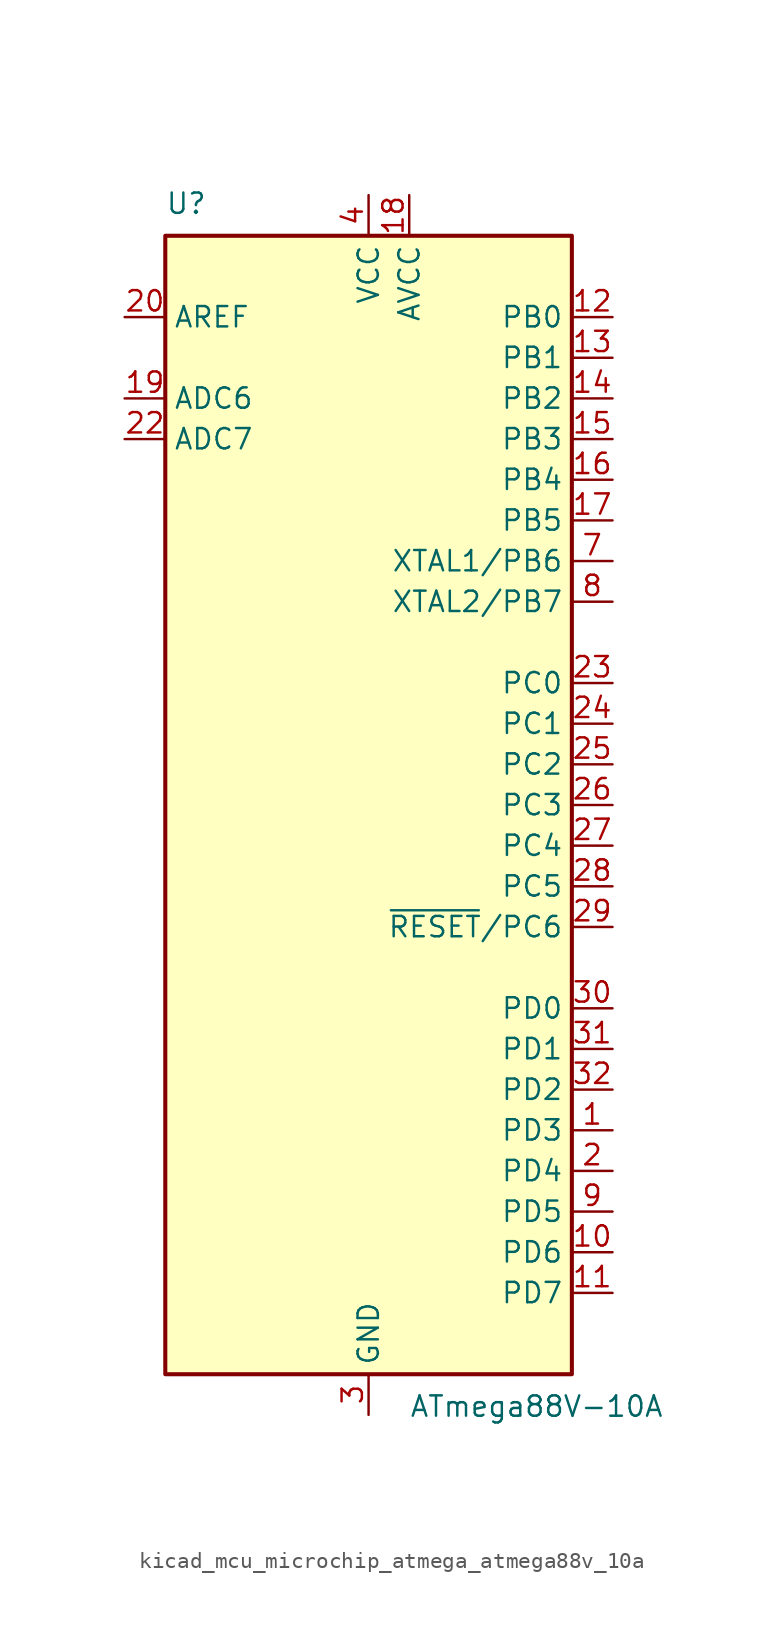
<source format=kicad_sym>
(kicad_symbol_lib
  (version 20220914)
  (generator kicad_symbol_editor)
  (symbol "kicad_mcu_microchip_atmega_atmega88v_10a"
    (property "Reference" "U"
      (at -12.7 36.83 0)
      (effects (font (size 1.27 1.27)) (justify left bottom)))
    (property "Value" "ATmega88V-10A"
      (at 2.54 -36.83 0)
      (effects (font (size 1.27 1.27)) (justify left top)))
    (symbol "kicad_mcu_microchip_atmega_atmega88v_10a_0_1"
      (rectangle (start -12.7 -35.56) (end 12.7 35.56) (stroke (width 0.254) (type default)) (fill (type background))))
    (symbol "kicad_mcu_microchip_atmega_atmega88v_10a_1_1"
      (pin bidirectional line (at 15.24 -20.32 180) (length 2.54) (name "PD3" (effects (font (size 1.27 1.27)))) (number "1" (effects (font (size 1.27 1.27)))))
      (pin bidirectional line (at 15.24 -27.94 180) (length 2.54) (name "PD6" (effects (font (size 1.27 1.27)))) (number "10" (effects (font (size 1.27 1.27)))))
      (pin bidirectional line (at 15.24 -30.48 180) (length 2.54) (name "PD7" (effects (font (size 1.27 1.27)))) (number "11" (effects (font (size 1.27 1.27)))))
      (pin bidirectional line (at 15.24 30.48 180) (length 2.54) (name "PB0" (effects (font (size 1.27 1.27)))) (number "12" (effects (font (size 1.27 1.27)))))
      (pin bidirectional line (at 15.24 27.94 180) (length 2.54) (name "PB1" (effects (font (size 1.27 1.27)))) (number "13" (effects (font (size 1.27 1.27)))))
      (pin bidirectional line (at 15.24 25.4 180) (length 2.54) (name "PB2" (effects (font (size 1.27 1.27)))) (number "14" (effects (font (size 1.27 1.27)))))
      (pin bidirectional line (at 15.24 22.86 180) (length 2.54) (name "PB3" (effects (font (size 1.27 1.27)))) (number "15" (effects (font (size 1.27 1.27)))))
      (pin bidirectional line (at 15.24 20.32 180) (length 2.54) (name "PB4" (effects (font (size 1.27 1.27)))) (number "16" (effects (font (size 1.27 1.27)))))
      (pin bidirectional line (at 15.24 17.78 180) (length 2.54) (name "PB5" (effects (font (size 1.27 1.27)))) (number "17" (effects (font (size 1.27 1.27)))))
      (pin power_in line (at 2.54 38.1 270) (length 2.54) (name "AVCC" (effects (font (size 1.27 1.27)))) (number "18" (effects (font (size 1.27 1.27)))))
      (pin input line (at -15.24 25.4 0) (length 2.54) (name "ADC6" (effects (font (size 1.27 1.27)))) (number "19" (effects (font (size 1.27 1.27)))))
      (pin bidirectional line (at 15.24 -22.86 180) (length 2.54) (name "PD4" (effects (font (size 1.27 1.27)))) (number "2" (effects (font (size 1.27 1.27)))))
      (pin passive line (at -15.24 30.48 0) (length 2.54) (name "AREF" (effects (font (size 1.27 1.27)))) (number "20" (effects (font (size 1.27 1.27)))))
      (pin passive line (at 0 -38.1 90) (length 2.54) hide (name "GND" (effects (font (size 1.27 1.27)))) (number "21" (effects (font (size 1.27 1.27)))))
      (pin input line (at -15.24 22.86 0) (length 2.54) (name "ADC7" (effects (font (size 1.27 1.27)))) (number "22" (effects (font (size 1.27 1.27)))))
      (pin bidirectional line (at 15.24 7.62 180) (length 2.54) (name "PC0" (effects (font (size 1.27 1.27)))) (number "23" (effects (font (size 1.27 1.27)))))
      (pin bidirectional line (at 15.24 5.08 180) (length 2.54) (name "PC1" (effects (font (size 1.27 1.27)))) (number "24" (effects (font (size 1.27 1.27)))))
      (pin bidirectional line (at 15.24 2.54 180) (length 2.54) (name "PC2" (effects (font (size 1.27 1.27)))) (number "25" (effects (font (size 1.27 1.27)))))
      (pin bidirectional line (at 15.24 0 180) (length 2.54) (name "PC3" (effects (font (size 1.27 1.27)))) (number "26" (effects (font (size 1.27 1.27)))))
      (pin bidirectional line (at 15.24 -2.54 180) (length 2.54) (name "PC4" (effects (font (size 1.27 1.27)))) (number "27" (effects (font (size 1.27 1.27)))))
      (pin bidirectional line (at 15.24 -5.08 180) (length 2.54) (name "PC5" (effects (font (size 1.27 1.27)))) (number "28" (effects (font (size 1.27 1.27)))))
      (pin bidirectional line (at 15.24 -7.62 180) (length 2.54) (name "~{RESET}/PC6" (effects (font (size 1.27 1.27)))) (number "29" (effects (font (size 1.27 1.27)))))
      (pin power_in line (at 0 -38.1 90) (length 2.54) (name "GND" (effects (font (size 1.27 1.27)))) (number "3" (effects (font (size 1.27 1.27)))))
      (pin bidirectional line (at 15.24 -12.7 180) (length 2.54) (name "PD0" (effects (font (size 1.27 1.27)))) (number "30" (effects (font (size 1.27 1.27)))))
      (pin bidirectional line (at 15.24 -15.24 180) (length 2.54) (name "PD1" (effects (font (size 1.27 1.27)))) (number "31" (effects (font (size 1.27 1.27)))))
      (pin bidirectional line (at 15.24 -17.78 180) (length 2.54) (name "PD2" (effects (font (size 1.27 1.27)))) (number "32" (effects (font (size 1.27 1.27)))))
      (pin power_in line (at 0 38.1 270) (length 2.54) (name "VCC" (effects (font (size 1.27 1.27)))) (number "4" (effects (font (size 1.27 1.27)))))
      (pin passive line (at 0 -38.1 90) (length 2.54) hide (name "GND" (effects (font (size 1.27 1.27)))) (number "5" (effects (font (size 1.27 1.27)))))
      (pin passive line (at 0 38.1 270) (length 2.54) hide (name "VCC" (effects (font (size 1.27 1.27)))) (number "6" (effects (font (size 1.27 1.27)))))
      (pin bidirectional line (at 15.24 15.24 180) (length 2.54) (name "XTAL1/PB6" (effects (font (size 1.27 1.27)))) (number "7" (effects (font (size 1.27 1.27)))))
      (pin bidirectional line (at 15.24 12.7 180) (length 2.54) (name "XTAL2/PB7" (effects (font (size 1.27 1.27)))) (number "8" (effects (font (size 1.27 1.27)))))
      (pin bidirectional line (at 15.24 -25.4 180) (length 2.54) (name "PD5" (effects (font (size 1.27 1.27)))) (number "9" (effects (font (size 1.27 1.27))))))))
</source>
